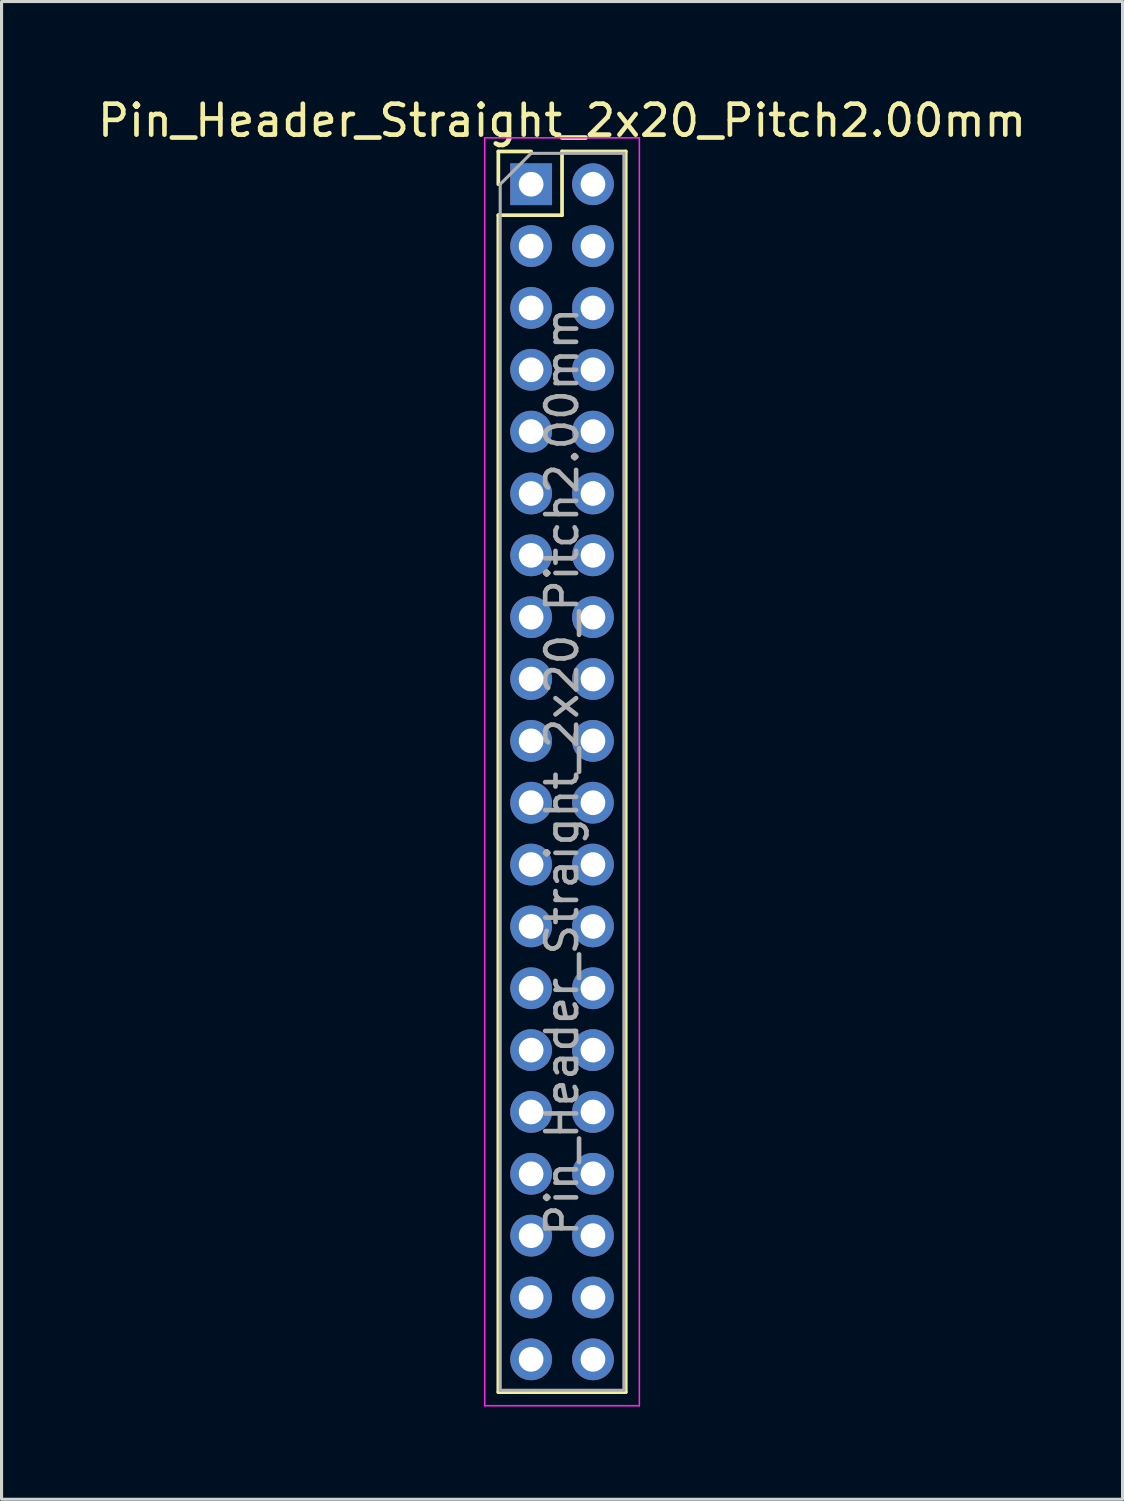
<source format=kicad_pcb>
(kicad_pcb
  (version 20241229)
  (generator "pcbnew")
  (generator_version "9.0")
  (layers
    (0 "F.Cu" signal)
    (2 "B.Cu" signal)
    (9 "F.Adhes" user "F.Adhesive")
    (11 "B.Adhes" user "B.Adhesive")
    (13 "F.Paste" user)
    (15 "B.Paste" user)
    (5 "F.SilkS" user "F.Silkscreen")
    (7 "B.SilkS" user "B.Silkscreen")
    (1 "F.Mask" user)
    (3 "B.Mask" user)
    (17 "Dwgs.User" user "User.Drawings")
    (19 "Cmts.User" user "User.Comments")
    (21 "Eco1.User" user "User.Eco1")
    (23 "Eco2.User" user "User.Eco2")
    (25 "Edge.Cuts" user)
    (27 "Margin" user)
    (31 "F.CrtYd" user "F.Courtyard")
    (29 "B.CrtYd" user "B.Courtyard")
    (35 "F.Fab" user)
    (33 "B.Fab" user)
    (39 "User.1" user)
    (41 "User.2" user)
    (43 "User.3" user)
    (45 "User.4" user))
  (footprint "Pin_Header_Straight_2x20_Pitch2.00mm"
    (layer "F.Cu")
    (at 14.125 2.908)
    (property "Reference" "Pin_Header_Straight_2x20_Pitch2.00mm" (at 1 -2.06 0) (layer "F.SilkS") (effects (font (size 1 1) (thickness 0.15))))
    (attr through_hole)
    (fp_line (start -1.06 -1.06) (end 0 -1.06) (stroke (width 0.12) (type solid)) (layer "F.SilkS"))
    (fp_line (start -1.06 0) (end -1.06 -1.06) (stroke (width 0.12) (type solid)) (layer "F.SilkS"))
    (fp_line (start -1.06 1) (end -1.06 39.06) (stroke (width 0.12) (type solid)) (layer "F.SilkS"))
    (fp_line (start -1.06 1) (end 1 1) (stroke (width 0.12) (type solid)) (layer "F.SilkS"))
    (fp_line (start -1.06 39.06) (end 3.06 39.06) (stroke (width 0.12) (type solid)) (layer "F.SilkS"))
    (fp_line (start 1 -1.06) (end 3.06 -1.06) (stroke (width 0.12) (type solid)) (layer "F.SilkS"))
    (fp_line (start 1 1) (end 1 -1.06) (stroke (width 0.12) (type solid)) (layer "F.SilkS"))
    (fp_line (start 3.06 -1.06) (end 3.06 39.06) (stroke (width 0.12) (type solid)) (layer "F.SilkS"))
    (fp_line (start -1.5 -1.5) (end -1.5 39.5) (stroke (width 0.05) (type solid)) (layer "F.CrtYd"))
    (fp_line (start -1.5 39.5) (end 3.5 39.5) (stroke (width 0.05) (type solid)) (layer "F.CrtYd"))
    (fp_line (start 3.5 -1.5) (end -1.5 -1.5) (stroke (width 0.05) (type solid)) (layer "F.CrtYd"))
    (fp_line (start 3.5 39.5) (end 3.5 -1.5) (stroke (width 0.05) (type solid)) (layer "F.CrtYd"))
    (fp_line (start -1 0) (end 0 -1) (stroke (width 0.1) (type solid)) (layer "F.Fab"))
    (fp_line (start -1 39) (end -1 0) (stroke (width 0.1) (type solid)) (layer "F.Fab"))
    (fp_line (start 0 -1) (end 3 -1) (stroke (width 0.1) (type solid)) (layer "F.Fab"))
    (fp_line (start 3 -1) (end 3 39) (stroke (width 0.1) (type solid)) (layer "F.Fab"))
    (fp_line (start 3 39) (end -1 39) (stroke (width 0.1) (type solid)) (layer "F.Fab"))
    (fp_text user "${REFERENCE}" (at 1 19 90) (layer "F.Fab") (effects (font (size 1 1) (thickness 0.15))))
    (pad "1" thru_hole rect (at 0 0) (size 1.35 1.35) (drill 0.8) (layers "*.Cu" "*.Mask"))
    (pad "2" thru_hole oval (at 2 0) (size 1.35 1.35) (drill 0.8) (layers "*.Cu" "*.Mask"))
    (pad "3" thru_hole oval (at 0 2) (size 1.35 1.35) (drill 0.8) (layers "*.Cu" "*.Mask"))
    (pad "4" thru_hole oval (at 2 2) (size 1.35 1.35) (drill 0.8) (layers "*.Cu" "*.Mask"))
    (pad "5" thru_hole oval (at 0 4) (size 1.35 1.35) (drill 0.8) (layers "*.Cu" "*.Mask"))
    (pad "6" thru_hole oval (at 2 4) (size 1.35 1.35) (drill 0.8) (layers "*.Cu" "*.Mask"))
    (pad "7" thru_hole oval (at 0 6) (size 1.35 1.35) (drill 0.8) (layers "*.Cu" "*.Mask"))
    (pad "8" thru_hole oval (at 2 6) (size 1.35 1.35) (drill 0.8) (layers "*.Cu" "*.Mask"))
    (pad "9" thru_hole oval (at 0 8) (size 1.35 1.35) (drill 0.8) (layers "*.Cu" "*.Mask"))
    (pad "10" thru_hole oval (at 2 8) (size 1.35 1.35) (drill 0.8) (layers "*.Cu" "*.Mask"))
    (pad "11" thru_hole oval (at 0 10) (size 1.35 1.35) (drill 0.8) (layers "*.Cu" "*.Mask"))
    (pad "12" thru_hole oval (at 2 10) (size 1.35 1.35) (drill 0.8) (layers "*.Cu" "*.Mask"))
    (pad "13" thru_hole oval (at 0 12) (size 1.35 1.35) (drill 0.8) (layers "*.Cu" "*.Mask"))
    (pad "14" thru_hole oval (at 2 12) (size 1.35 1.35) (drill 0.8) (layers "*.Cu" "*.Mask"))
    (pad "15" thru_hole oval (at 0 14) (size 1.35 1.35) (drill 0.8) (layers "*.Cu" "*.Mask"))
    (pad "16" thru_hole oval (at 2 14) (size 1.35 1.35) (drill 0.8) (layers "*.Cu" "*.Mask"))
    (pad "17" thru_hole oval (at 0 16) (size 1.35 1.35) (drill 0.8) (layers "*.Cu" "*.Mask"))
    (pad "18" thru_hole oval (at 2 16) (size 1.35 1.35) (drill 0.8) (layers "*.Cu" "*.Mask"))
    (pad "19" thru_hole oval (at 0 18) (size 1.35 1.35) (drill 0.8) (layers "*.Cu" "*.Mask"))
    (pad "20" thru_hole oval (at 2 18) (size 1.35 1.35) (drill 0.8) (layers "*.Cu" "*.Mask"))
    (pad "21" thru_hole oval (at 0 20) (size 1.35 1.35) (drill 0.8) (layers "*.Cu" "*.Mask"))
    (pad "22" thru_hole oval (at 2 20) (size 1.35 1.35) (drill 0.8) (layers "*.Cu" "*.Mask"))
    (pad "23" thru_hole oval (at 0 22) (size 1.35 1.35) (drill 0.8) (layers "*.Cu" "*.Mask"))
    (pad "24" thru_hole oval (at 2 22) (size 1.35 1.35) (drill 0.8) (layers "*.Cu" "*.Mask"))
    (pad "25" thru_hole oval (at 0 24) (size 1.35 1.35) (drill 0.8) (layers "*.Cu" "*.Mask"))
    (pad "26" thru_hole oval (at 2 24) (size 1.35 1.35) (drill 0.8) (layers "*.Cu" "*.Mask"))
    (pad "27" thru_hole oval (at 0 26) (size 1.35 1.35) (drill 0.8) (layers "*.Cu" "*.Mask"))
    (pad "28" thru_hole oval (at 2 26) (size 1.35 1.35) (drill 0.8) (layers "*.Cu" "*.Mask"))
    (pad "29" thru_hole oval (at 0 28) (size 1.35 1.35) (drill 0.8) (layers "*.Cu" "*.Mask"))
    (pad "30" thru_hole oval (at 2 28) (size 1.35 1.35) (drill 0.8) (layers "*.Cu" "*.Mask"))
    (pad "31" thru_hole oval (at 0 30) (size 1.35 1.35) (drill 0.8) (layers "*.Cu" "*.Mask"))
    (pad "32" thru_hole oval (at 2 30) (size 1.35 1.35) (drill 0.8) (layers "*.Cu" "*.Mask"))
    (pad "33" thru_hole oval (at 0 32) (size 1.35 1.35) (drill 0.8) (layers "*.Cu" "*.Mask"))
    (pad "34" thru_hole oval (at 2 32) (size 1.35 1.35) (drill 0.8) (layers "*.Cu" "*.Mask"))
    (pad "35" thru_hole oval (at 0 34) (size 1.35 1.35) (drill 0.8) (layers "*.Cu" "*.Mask"))
    (pad "36" thru_hole oval (at 2 34) (size 1.35 1.35) (drill 0.8) (layers "*.Cu" "*.Mask"))
    (pad "37" thru_hole oval (at 0 36) (size 1.35 1.35) (drill 0.8) (layers "*.Cu" "*.Mask"))
    (pad "38" thru_hole oval (at 2 36) (size 1.35 1.35) (drill 0.8) (layers "*.Cu" "*.Mask"))
    (pad "39" thru_hole oval (at 0 38) (size 1.35 1.35) (drill 0.8) (layers "*.Cu" "*.Mask"))
    (pad "40" thru_hole oval (at 2 38) (size 1.35 1.35) (drill 0.8) (layers "*.Cu" "*.Mask")))
  (gr_rect
    (start -3 -3)
    (end 33.25 45.433)
    (stroke (width 0.1) (type default))
    (fill no)
    (layer "Edge.Cuts")))
</source>
